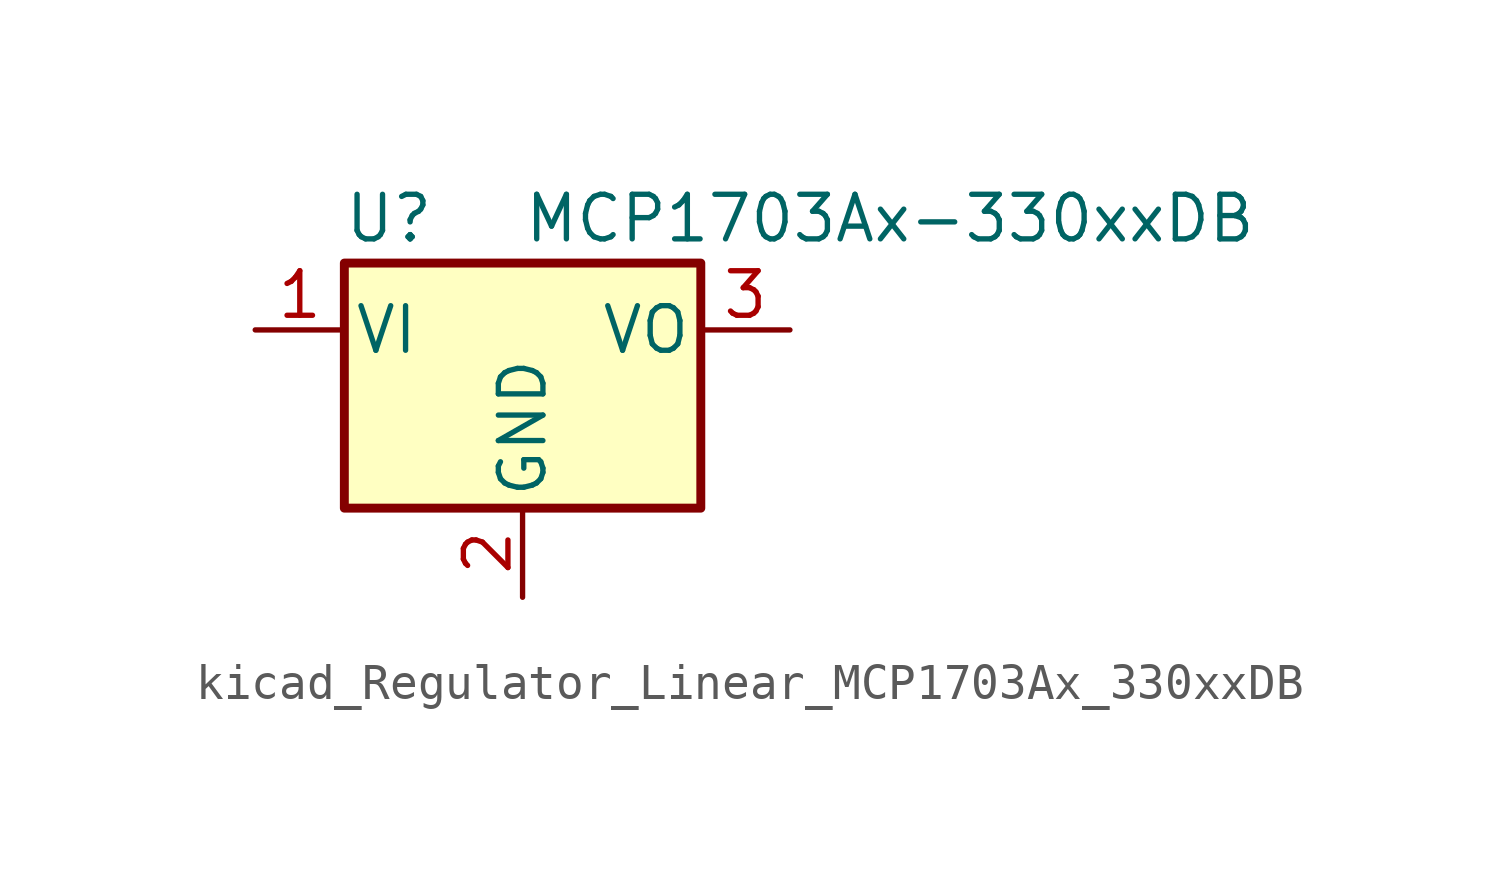
<source format=kicad_sym>
(kicad_symbol_lib
  (version 20220914)
  (generator kicad_symbol_editor)
  (symbol "kicad_Regulator_Linear_MCP1703Ax_330xxDB"
    (pin_names
      (offset 0.254))
    (property "Reference" "U"
      (at -3.81 3.175 0)
      (effects (font (size 1.27 1.27))))
    (property "Value" "MCP1703Ax-330xxDB"
      (at 0 3.175 0)
      (effects (font (size 1.27 1.27)) (justify left)))
    (symbol "kicad_Regulator_Linear_MCP1703Ax_330xxDB_0_1"
      (rectangle (start -5.08 -5.08) (end 5.08 1.905) (stroke (width 0.254) (type default)) (fill (type background))))
    (symbol "kicad_Regulator_Linear_MCP1703Ax_330xxDB_1_1"
      (pin power_in line (at -7.62 0 0) (length 2.54) (name "VI" (effects (font (size 1.27 1.27)))) (number "1" (effects (font (size 1.27 1.27)))))
      (pin power_in line (at 0 -7.62 90) (length 2.54) (name "GND" (effects (font (size 1.27 1.27)))) (number "2" (effects (font (size 1.27 1.27)))))
      (pin power_out line (at 7.62 0 180) (length 2.54) (name "VO" (effects (font (size 1.27 1.27)))) (number "3" (effects (font (size 1.27 1.27))))))))
</source>
